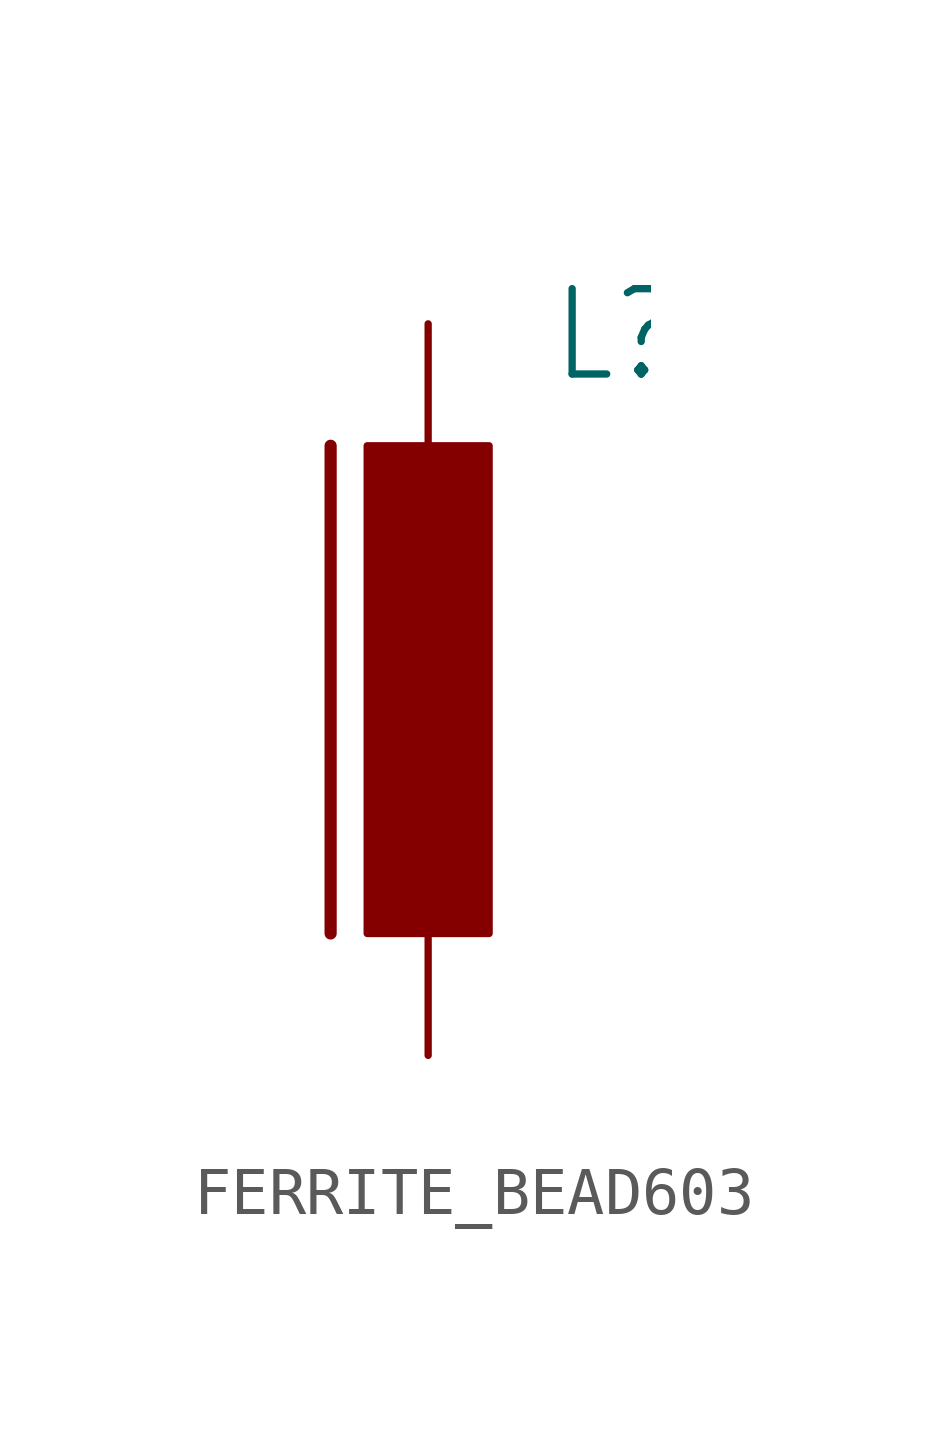
<source format=kicad_sym>
(kicad_symbol_lib
  (version 20220914)
  (generator kicad_symbol_editor)
  (symbol "FERRITE_BEAD603"
    (property "Reference" "L"
      (at 2.54 6.35 0)
      (effects (font (size 1.778 1.511)) (justify left bottom)))
    (property "Value" ""
      (at 2.54 -6.35 0)
      (effects (font (size 1.778 1.511)) (justify left bottom)))
    (property "ki_locked" ""
      (at 0 0 0)
      (effects (font (size 1.27 1.27))))
    (symbol "FERRITE_BEAD603_1_0"
      (rectangle (start -1.27 -5.08) (end 1.27 5.08) (stroke (width 0) (type default)) (fill (type outline)))
      (polyline (pts (xy -2.032 -5.08) (xy -2.032 5.08)) (stroke (width 0.254) (type solid)) (fill (type none)))
      (pin passive line (at 0 7.62 270) (length 2.54) (name "1" (effects (font (size 0 0)))) (number "1" (effects (font (size 0 0)))))
      (pin passive line (at 0 -7.62 90) (length 2.54) (name "2" (effects (font (size 0 0)))) (number "2" (effects (font (size 0 0))))))))
</source>
